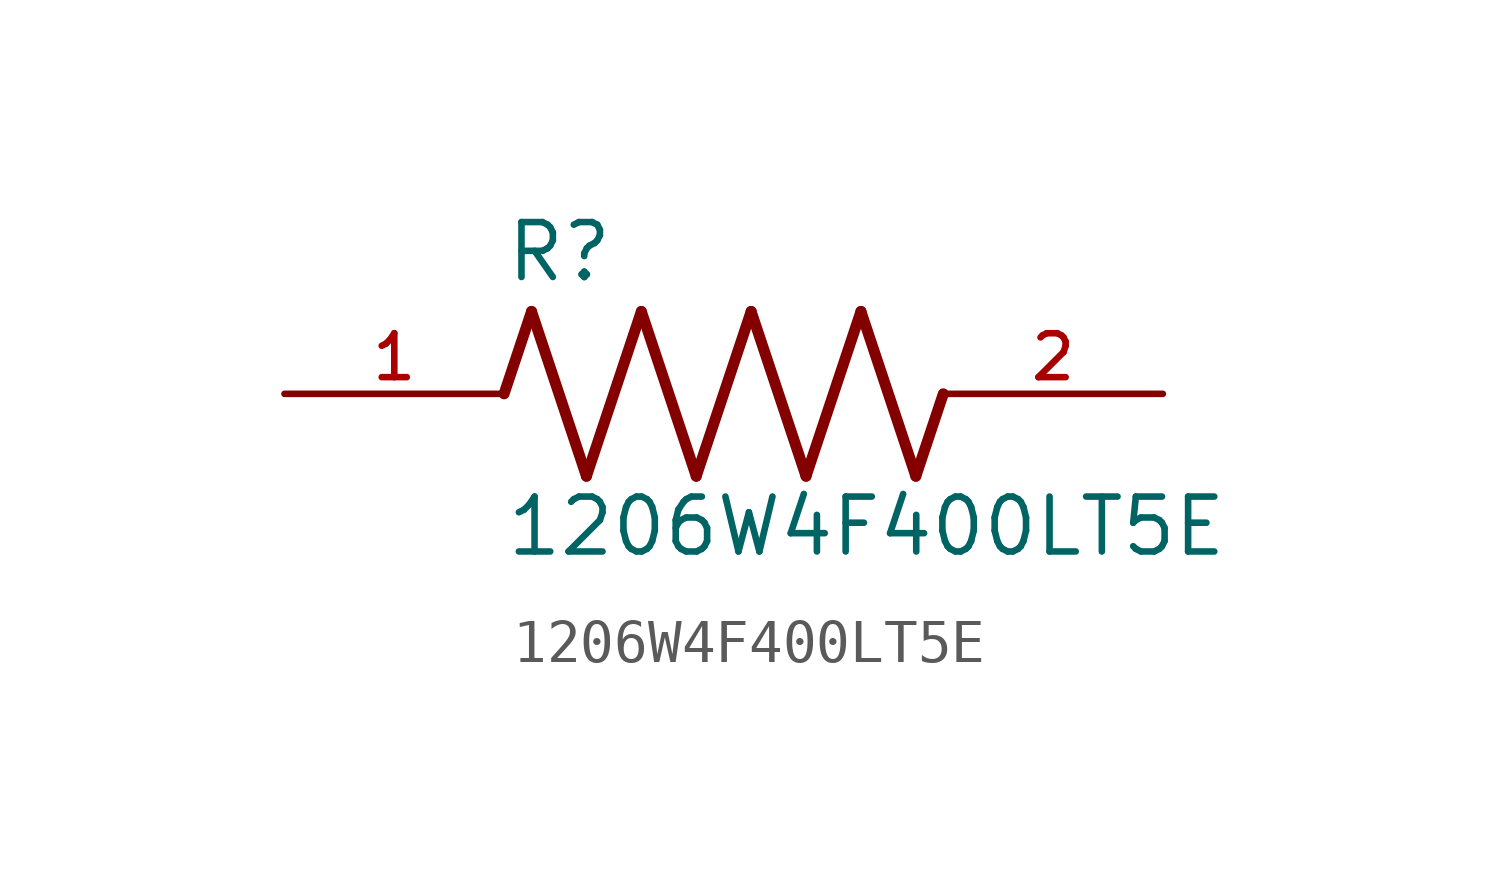
<source format=kicad_sym>
(kicad_symbol_lib
  (version 20211014)
  (generator kicad_symbol_editor)
  (symbol "1206W4F400LT5E"
    (pin_names
      (offset 1.016))
    (property "Reference" "R"
      (at -5.08 2.54 0)
      (effects (font (size 1.27 1.27)) (justify bottom left)))
    (property "Value" "1206W4F400LT5E"
      (at -5.08 -3.81 0)
      (effects (font (size 1.27 1.27)) (justify bottom left)))
    (symbol "1206W4F400LT5E_0_0"
      (polyline (pts (xy -5.08 0.0) (xy -4.445 1.905)) (stroke (width 0.254)))
      (polyline (pts (xy -4.445 1.905) (xy -3.175 -1.905)) (stroke (width 0.254)))
      (polyline (pts (xy -3.175 -1.905) (xy -1.905 1.905)) (stroke (width 0.254)))
      (polyline (pts (xy -1.905 1.905) (xy -0.635 -1.905)) (stroke (width 0.254)))
      (polyline (pts (xy -0.635 -1.905) (xy 0.635 1.905)) (stroke (width 0.254)))
      (polyline (pts (xy 0.635 1.905) (xy 1.905 -1.905)) (stroke (width 0.254)))
      (polyline (pts (xy 1.905 -1.905) (xy 3.175 1.905)) (stroke (width 0.254)))
      (polyline (pts (xy 3.175 1.905) (xy 4.445 -1.905)) (stroke (width 0.254)))
      (polyline (pts (xy 4.445 -1.905) (xy 5.08 0.0)) (stroke (width 0.254)))
      (pin passive line (at -10.16 0.0 0) (length 5.08) (name "~" (effects (font (size 1.016 1.016)))) (number "1" (effects (font (size 1.016 1.016)))))
      (pin passive line (at 10.16 0.0 180.0) (length 5.08) (name "~" (effects (font (size 1.016 1.016)))) (number "2" (effects (font (size 1.016 1.016))))))))
</source>
